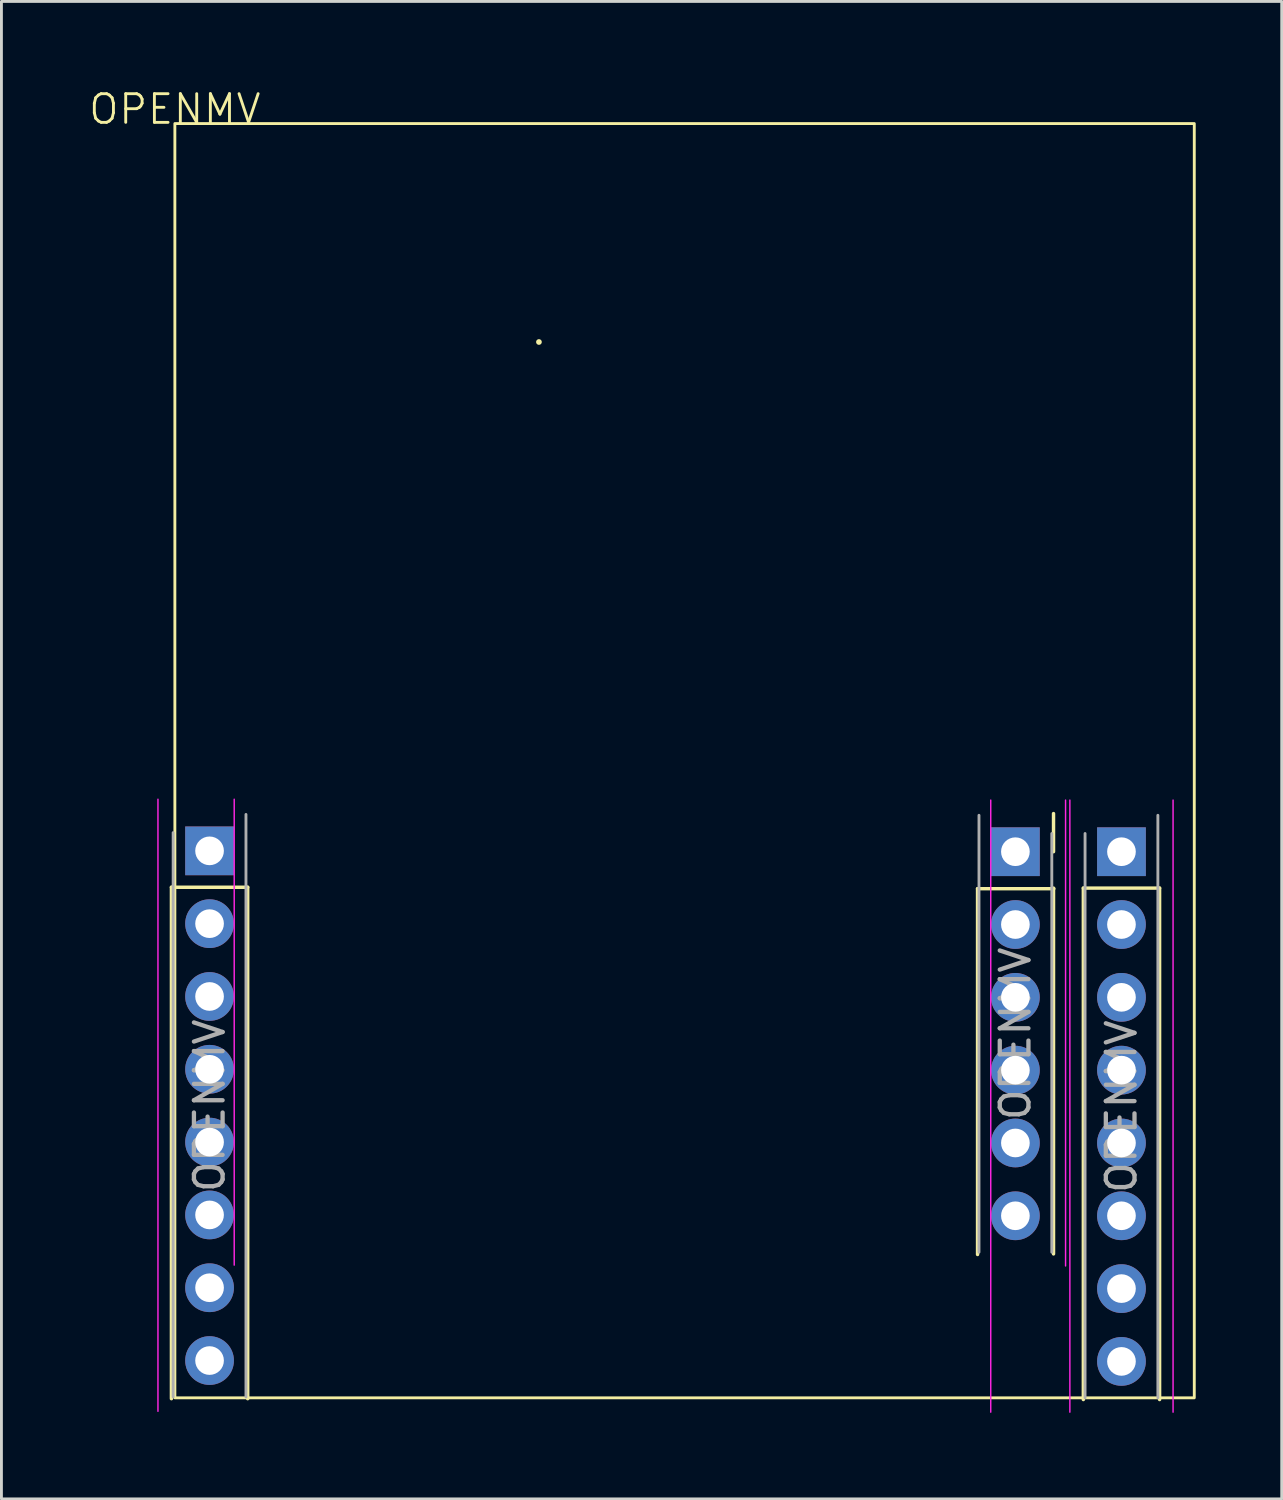
<source format=kicad_pcb>
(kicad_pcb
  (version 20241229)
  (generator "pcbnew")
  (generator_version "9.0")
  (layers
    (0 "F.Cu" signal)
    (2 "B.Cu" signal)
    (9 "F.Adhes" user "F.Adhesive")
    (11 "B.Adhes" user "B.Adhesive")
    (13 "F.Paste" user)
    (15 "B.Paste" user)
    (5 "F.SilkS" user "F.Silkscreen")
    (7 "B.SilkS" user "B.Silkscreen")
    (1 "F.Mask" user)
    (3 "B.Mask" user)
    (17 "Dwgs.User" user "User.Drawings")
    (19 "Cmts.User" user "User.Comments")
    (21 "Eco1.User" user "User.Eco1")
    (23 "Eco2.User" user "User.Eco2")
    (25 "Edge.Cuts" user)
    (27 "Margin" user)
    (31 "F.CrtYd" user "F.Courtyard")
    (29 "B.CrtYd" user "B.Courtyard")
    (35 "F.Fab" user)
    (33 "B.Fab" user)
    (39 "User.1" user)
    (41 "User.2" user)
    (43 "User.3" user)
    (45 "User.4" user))
  (footprint "OPENMV"
    (layer "F.Cu")
    (at 3.05 1.26)
    (property "Reference" "OPENMV" (at 0 -0.5 0) (unlocked yes) (layer "F.SilkS") (effects (font (size 1 1) (thickness 0.1))))
    (attr smd)
    (fp_line (start -0.12 26.64) (end -0.12 44.48) (stroke (width 0.12) (type solid)) (layer "F.SilkS"))
    (fp_line (start -0.12 26.64) (end 2.54 26.64) (stroke (width 0.12) (type solid)) (layer "F.SilkS"))
    (fp_line (start 2.54 26.64) (end 2.54 44.48) (stroke (width 0.12) (type solid)) (layer "F.SilkS"))
    (fp_line (start 28 26.69) (end 30.66 26.69) (stroke (width 0.12) (type solid)) (layer "F.SilkS"))
    (fp_line (start 28 39.45) (end 28 26.69) (stroke (width 0.12) (type solid)) (layer "F.SilkS"))
    (fp_line (start 30.65 24.07) (end 30.65 25.4) (stroke (width 0.12) (type solid)) (layer "F.SilkS"))
    (fp_line (start 30.65 26.67) (end 30.65 39.43) (stroke (width 0.12) (type solid)) (layer "F.SilkS"))
    (fp_line (start 31.69 26.67) (end 31.69 44.51) (stroke (width 0.12) (type solid)) (layer "F.SilkS"))
    (fp_line (start 31.69 26.67) (end 34.35 26.67) (stroke (width 0.12) (type solid)) (layer "F.SilkS"))
    (fp_line (start 34.35 26.67) (end 34.35 44.51) (stroke (width 0.12) (type solid)) (layer "F.SilkS"))
    (fp_rect (start 0 0) (end 35.56 44.45) (stroke (width 0.1) (type default)) (fill no) (layer "F.SilkS"))
    (fp_circle (center 12.7 7.62) (end 12.7 7.62) (stroke (width 0.1) (type default)) (fill no) (layer "F.SilkS"))
    (fp_line (start -0.59 23.57) (end -0.59 44.92) (stroke (width 0.05) (type solid)) (layer "F.CrtYd"))
    (fp_line (start 2.07 39.82) (end 2.07 23.57) (stroke (width 0.05) (type solid)) (layer "F.CrtYd"))
    (fp_line (start 28.46 44.95) (end 28.46 23.6) (stroke (width 0.05) (type solid)) (layer "F.CrtYd"))
    (fp_line (start 31.07 23.6) (end 31.07 39.85) (stroke (width 0.05) (type solid)) (layer "F.CrtYd"))
    (fp_line (start 31.22 23.6) (end 31.22 44.95) (stroke (width 0.05) (type solid)) (layer "F.CrtYd"))
    (fp_line (start 34.82 44.95) (end 34.82 23.6) (stroke (width 0.05) (type solid)) (layer "F.CrtYd"))
    (fp_line (start -0.06 44.42) (end -0.06 24.735) (stroke (width 0.1) (type solid)) (layer "F.Fab"))
    (fp_line (start 2.48 24.1) (end 2.48 44.42) (stroke (width 0.1) (type solid)) (layer "F.Fab"))
    (fp_line (start 28.05 39.37) (end 28.05 24.13) (stroke (width 0.1) (type solid)) (layer "F.Fab"))
    (fp_line (start 30.59 24.765) (end 30.59 39.37) (stroke (width 0.1) (type solid)) (layer "F.Fab"))
    (fp_line (start 31.75 44.45) (end 31.75 24.765) (stroke (width 0.1) (type solid)) (layer "F.Fab"))
    (fp_line (start 34.29 24.13) (end 34.29 44.45) (stroke (width 0.1) (type solid)) (layer "F.Fab"))
    (fp_text user "${REFERENCE}" (at 33.02 34.29 90) (layer "F.Fab") (effects (font (size 1 1) (thickness 0.15))))
    (fp_text user "${REFERENCE}" (at 1.21 34.26 90) (layer "F.Fab") (effects (font (size 1 1) (thickness 0.15))))
    (fp_text user "${REFERENCE}" (at 29.32 31.75 90) (layer "F.Fab") (effects (font (size 1 1) (thickness 0.15))))
    (pad "1" thru_hole rect (at 1.21 25.37) (size 1.7 1.7) (drill 1) (layers "*.Cu" "*.Mask"))
    (pad "1" thru_hole rect (at 29.32 25.4) (size 1.7 1.7) (drill 1) (layers "*.Cu" "*.Mask"))
    (pad "1" thru_hole rect (at 33.02 25.4) (size 1.7 1.7) (drill 1) (layers "*.Cu" "*.Mask"))
    (pad "2" thru_hole oval (at 1.21 27.91) (size 1.7 1.7) (drill 1) (layers "*.Cu" "*.Mask"))
    (pad "2" thru_hole oval (at 29.32 27.94) (size 1.7 1.7) (drill 1) (layers "*.Cu" "*.Mask"))
    (pad "2" thru_hole oval (at 33.02 27.94) (size 1.7 1.7) (drill 1) (layers "*.Cu" "*.Mask"))
    (pad "3" thru_hole oval (at 1.21 30.45) (size 1.7 1.7) (drill 1) (layers "*.Cu" "*.Mask"))
    (pad "3" thru_hole oval (at 29.32 30.48) (size 1.7 1.7) (drill 1) (layers "*.Cu" "*.Mask"))
    (pad "3" thru_hole oval (at 33.02 30.48) (size 1.7 1.7) (drill 1) (layers "*.Cu" "*.Mask"))
    (pad "4" thru_hole oval (at 1.21 32.99) (size 1.7 1.7) (drill 1) (layers "*.Cu" "*.Mask"))
    (pad "4" thru_hole oval (at 29.32 33.02) (size 1.7 1.7) (drill 1) (layers "*.Cu" "*.Mask"))
    (pad "4" thru_hole oval (at 33.02 33.02) (size 1.7 1.7) (drill 1) (layers "*.Cu" "*.Mask"))
    (pad "5" thru_hole oval (at 1.21 35.53) (size 1.7 1.7) (drill 1) (layers "*.Cu" "*.Mask"))
    (pad "5" thru_hole oval (at 29.32 35.56) (size 1.7 1.7) (drill 1) (layers "*.Cu" "*.Mask"))
    (pad "5" thru_hole oval (at 33.02 35.56) (size 1.7 1.7) (drill 1) (layers "*.Cu" "*.Mask"))
    (pad "6" thru_hole oval (at 1.21 38.07) (size 1.7 1.7) (drill 1) (layers "*.Cu" "*.Mask"))
    (pad "6" thru_hole oval (at 29.32 38.1) (size 1.7 1.7) (drill 1) (layers "*.Cu" "*.Mask"))
    (pad "6" thru_hole oval (at 33.02 38.1) (size 1.7 1.7) (drill 1) (layers "*.Cu" "*.Mask"))
    (pad "7" thru_hole oval (at 1.21 40.61) (size 1.7 1.7) (drill 1) (layers "*.Cu" "*.Mask"))
    (pad "7" thru_hole oval (at 33.02 40.64) (size 1.7 1.7) (drill 1) (layers "*.Cu" "*.Mask"))
    (pad "8" thru_hole oval (at 1.21 43.15) (size 1.7 1.7) (drill 1) (layers "*.Cu" "*.Mask"))
    (pad "8" thru_hole oval (at 33.02 43.18) (size 1.7 1.7) (drill 1) (layers "*.Cu" "*.Mask")))
  (gr_rect
    (start -3 -3)
    (end 41.66 49.236)
    (stroke (width 0.1) (type default))
    (fill no)
    (layer "Edge.Cuts")))
</source>
